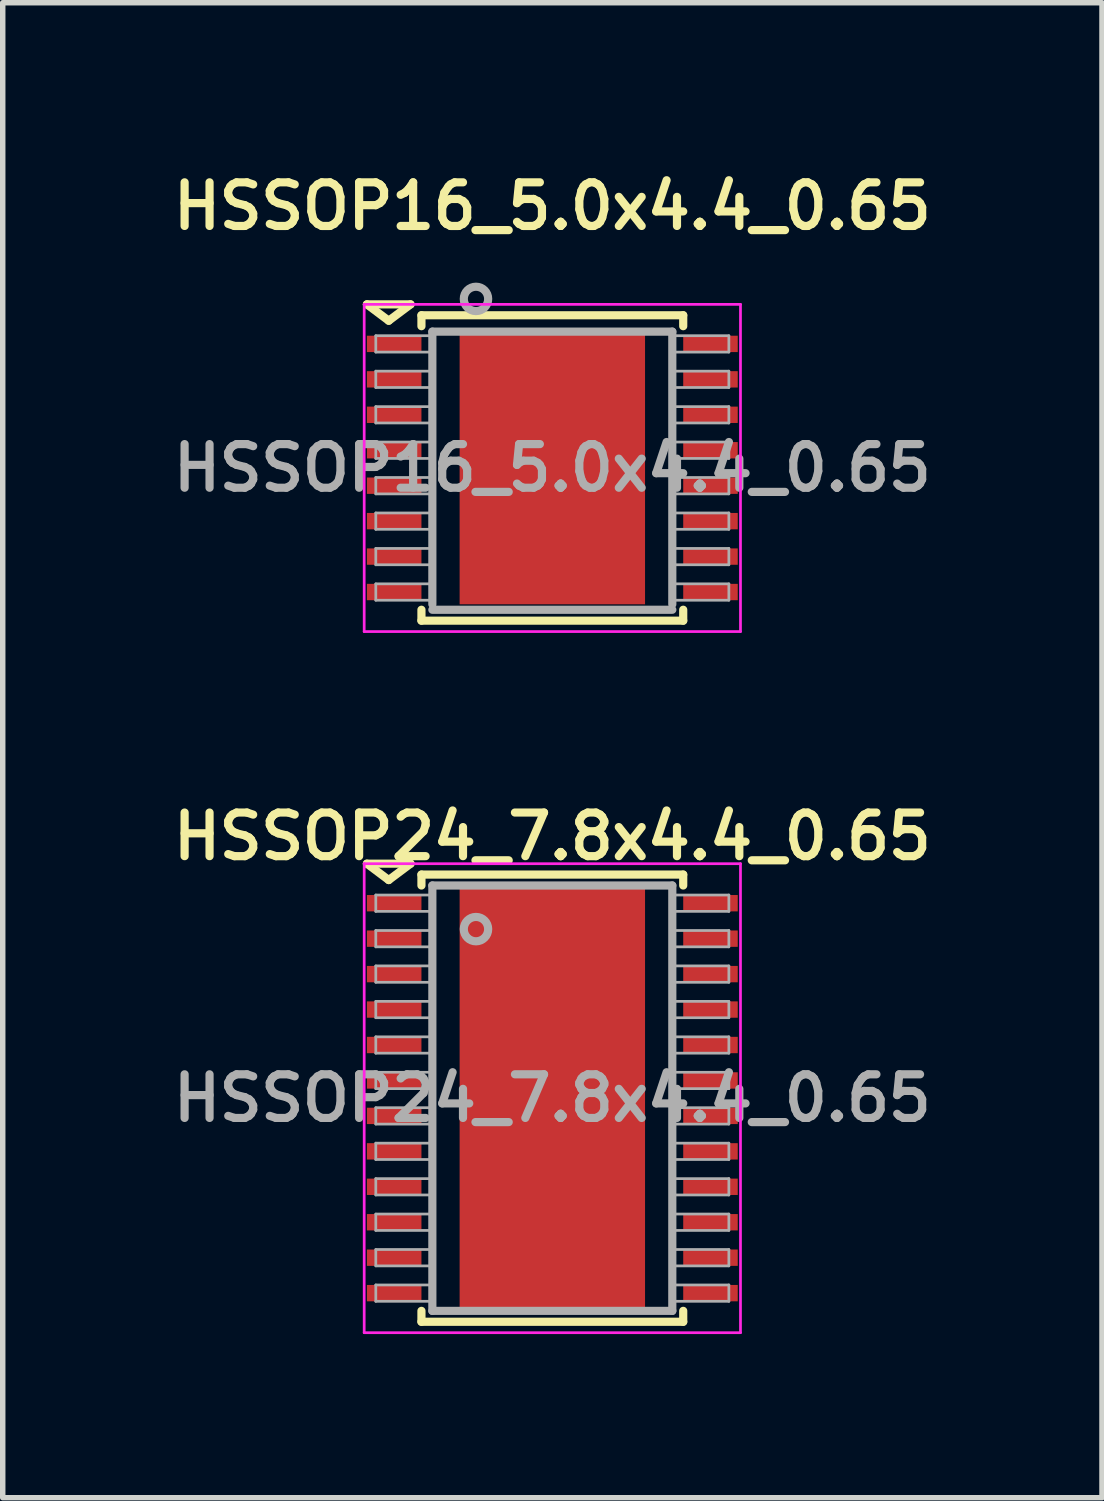
<source format=kicad_pcb>
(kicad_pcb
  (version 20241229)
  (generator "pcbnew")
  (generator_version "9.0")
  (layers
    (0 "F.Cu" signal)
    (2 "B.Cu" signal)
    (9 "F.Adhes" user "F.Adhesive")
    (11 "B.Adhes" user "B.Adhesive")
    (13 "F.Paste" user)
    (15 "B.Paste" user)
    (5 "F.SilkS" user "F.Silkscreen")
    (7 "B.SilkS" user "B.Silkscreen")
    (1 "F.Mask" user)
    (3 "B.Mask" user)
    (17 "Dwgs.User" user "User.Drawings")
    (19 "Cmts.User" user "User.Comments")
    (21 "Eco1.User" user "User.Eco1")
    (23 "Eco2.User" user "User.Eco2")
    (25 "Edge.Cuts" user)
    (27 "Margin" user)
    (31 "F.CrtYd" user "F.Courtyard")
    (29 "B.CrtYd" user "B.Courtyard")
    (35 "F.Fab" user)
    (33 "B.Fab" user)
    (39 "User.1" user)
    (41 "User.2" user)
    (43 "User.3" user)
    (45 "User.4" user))
  (footprint "HSSOP16_5.0x4.4_0.65"
    (layer "F.Cu")
    (at 7.078 5.531)
    (property "Reference" "HSSOP16_5.0x4.4_0.65" (at 0 -4.8 0) (layer "F.SilkS") (effects (font (size 0.8 0.8) (thickness 0.15))))
    (attr smd)
    (fp_poly (pts (xy 1.25 1.3) (xy -1.25 1.3) (xy -1.25 -1.3) (xy 1.25 -1.3)) (stroke (width 0.1) (type solid)) (fill yes) (layer "F.Mask"))
    (fp_line (start -3.4 -3) (end -3 -2.7) (stroke (width 0.15) (type solid)) (layer "F.SilkS"))
    (fp_line (start -3 -2.7) (end -2.6 -3) (stroke (width 0.15) (type solid)) (layer "F.SilkS"))
    (fp_line (start -2.6 -3) (end -3.4 -3) (stroke (width 0.15) (type solid)) (layer "F.SilkS"))
    (fp_line (start -2.4 -2.8) (end -2.4 -2.6) (stroke (width 0.15) (type solid)) (layer "F.SilkS"))
    (fp_line (start -2.4 -2.8) (end 2.4 -2.8) (stroke (width 0.15) (type solid)) (layer "F.SilkS"))
    (fp_line (start -2.4 2.6) (end -2.4 2.8) (stroke (width 0.15) (type solid)) (layer "F.SilkS"))
    (fp_line (start -2.4 2.8) (end 2.4 2.8) (stroke (width 0.15) (type solid)) (layer "F.SilkS"))
    (fp_line (start 2.4 -2.8) (end 2.4 -2.6) (stroke (width 0.15) (type solid)) (layer "F.SilkS"))
    (fp_line (start 2.4 2.6) (end 2.4 2.8) (stroke (width 0.15) (type solid)) (layer "F.SilkS"))
    (fp_poly (pts (xy 1.25 1.3) (xy -1.25 1.3) (xy -1.25 -1.3) (xy 1.25 -1.3)) (stroke (width 0.1) (type solid)) (fill yes) (layer "F.Paste"))
    (fp_line (start -3.45 -3) (end -3.45 3) (stroke (width 0.05) (type solid)) (layer "F.CrtYd"))
    (fp_line (start -3.45 -3) (end 3.45 -3) (stroke (width 0.05) (type solid)) (layer "F.CrtYd"))
    (fp_line (start -3.45 3) (end 3.45 3) (stroke (width 0.05) (type solid)) (layer "F.CrtYd"))
    (fp_line (start 3.45 -3) (end 3.45 3) (stroke (width 0.05) (type solid)) (layer "F.CrtYd"))
    (fp_line (start -3.237 -2.425) (end -3.237 -2.125) (stroke (width 0.05) (type solid)) (layer "F.Fab"))
    (fp_line (start -3.237 -2.125) (end -2.237 -2.125) (stroke (width 0.05) (type solid)) (layer "F.Fab"))
    (fp_line (start -3.237 -1.775) (end -3.237 -1.475) (stroke (width 0.05) (type solid)) (layer "F.Fab"))
    (fp_line (start -3.237 -1.475) (end -2.237 -1.475) (stroke (width 0.05) (type solid)) (layer "F.Fab"))
    (fp_line (start -3.237 -1.125) (end -3.237 -0.825) (stroke (width 0.05) (type solid)) (layer "F.Fab"))
    (fp_line (start -3.237 -0.825) (end -2.237 -0.825) (stroke (width 0.05) (type solid)) (layer "F.Fab"))
    (fp_line (start -3.237 -0.475) (end -3.237 -0.175) (stroke (width 0.05) (type solid)) (layer "F.Fab"))
    (fp_line (start -3.237 -0.175) (end -2.237 -0.175) (stroke (width 0.05) (type solid)) (layer "F.Fab"))
    (fp_line (start -3.237 0.175) (end -3.237 0.475) (stroke (width 0.05) (type solid)) (layer "F.Fab"))
    (fp_line (start -3.237 0.475) (end -2.237 0.475) (stroke (width 0.05) (type solid)) (layer "F.Fab"))
    (fp_line (start -3.237 0.825) (end -3.237 1.125) (stroke (width 0.05) (type solid)) (layer "F.Fab"))
    (fp_line (start -3.237 1.125) (end -2.237 1.125) (stroke (width 0.05) (type solid)) (layer "F.Fab"))
    (fp_line (start -3.237 1.475) (end -3.237 1.775) (stroke (width 0.05) (type solid)) (layer "F.Fab"))
    (fp_line (start -3.237 1.775) (end -2.237 1.775) (stroke (width 0.05) (type solid)) (layer "F.Fab"))
    (fp_line (start -3.237 2.125) (end -3.237 2.425) (stroke (width 0.05) (type solid)) (layer "F.Fab"))
    (fp_line (start -3.237 2.425) (end -2.237 2.425) (stroke (width 0.05) (type solid)) (layer "F.Fab"))
    (fp_line (start -2.237 -2.425) (end -3.237 -2.425) (stroke (width 0.05) (type solid)) (layer "F.Fab"))
    (fp_line (start -2.237 -1.775) (end -3.237 -1.775) (stroke (width 0.05) (type solid)) (layer "F.Fab"))
    (fp_line (start -2.237 -1.125) (end -3.237 -1.125) (stroke (width 0.05) (type solid)) (layer "F.Fab"))
    (fp_line (start -2.237 -0.475) (end -3.237 -0.475) (stroke (width 0.05) (type solid)) (layer "F.Fab"))
    (fp_line (start -2.237 0.175) (end -3.237 0.175) (stroke (width 0.05) (type solid)) (layer "F.Fab"))
    (fp_line (start -2.237 0.825) (end -3.237 0.825) (stroke (width 0.05) (type solid)) (layer "F.Fab"))
    (fp_line (start -2.237 1.475) (end -3.237 1.475) (stroke (width 0.05) (type solid)) (layer "F.Fab"))
    (fp_line (start -2.237 2.125) (end -3.237 2.125) (stroke (width 0.05) (type solid)) (layer "F.Fab"))
    (fp_line (start -2.2 -2.5) (end -2.2 2.5) (stroke (width 0.15) (type solid)) (layer "F.Fab"))
    (fp_line (start -2.2 2.6) (end 2.2 2.6) (stroke (width 0.15) (type solid)) (layer "F.Fab"))
    (fp_line (start 2.2 -2.5) (end -2.2 -2.5) (stroke (width 0.15) (type solid)) (layer "F.Fab"))
    (fp_line (start 2.2 2.5) (end 2.2 -2.5) (stroke (width 0.15) (type solid)) (layer "F.Fab"))
    (fp_line (start 2.237 -2.125) (end 3.237 -2.125) (stroke (width 0.05) (type solid)) (layer "F.Fab"))
    (fp_line (start 2.237 -1.475) (end 3.237 -1.475) (stroke (width 0.05) (type solid)) (layer "F.Fab"))
    (fp_line (start 2.237 -0.825) (end 3.237 -0.825) (stroke (width 0.05) (type solid)) (layer "F.Fab"))
    (fp_line (start 2.237 -0.175) (end 3.237 -0.175) (stroke (width 0.05) (type solid)) (layer "F.Fab"))
    (fp_line (start 2.237 0.475) (end 3.237 0.475) (stroke (width 0.05) (type solid)) (layer "F.Fab"))
    (fp_line (start 2.237 1.125) (end 3.237 1.125) (stroke (width 0.05) (type solid)) (layer "F.Fab"))
    (fp_line (start 2.237 1.775) (end 3.237 1.775) (stroke (width 0.05) (type solid)) (layer "F.Fab"))
    (fp_line (start 2.237 2.425) (end 3.237 2.425) (stroke (width 0.05) (type solid)) (layer "F.Fab"))
    (fp_line (start 3.237 -2.425) (end 2.237 -2.425) (stroke (width 0.05) (type solid)) (layer "F.Fab"))
    (fp_line (start 3.237 -2.125) (end 3.237 -2.425) (stroke (width 0.05) (type solid)) (layer "F.Fab"))
    (fp_line (start 3.237 -1.775) (end 2.237 -1.775) (stroke (width 0.05) (type solid)) (layer "F.Fab"))
    (fp_line (start 3.237 -1.475) (end 3.237 -1.775) (stroke (width 0.05) (type solid)) (layer "F.Fab"))
    (fp_line (start 3.237 -1.125) (end 2.237 -1.125) (stroke (width 0.05) (type solid)) (layer "F.Fab"))
    (fp_line (start 3.237 -0.825) (end 3.237 -1.125) (stroke (width 0.05) (type solid)) (layer "F.Fab"))
    (fp_line (start 3.237 -0.475) (end 2.237 -0.475) (stroke (width 0.05) (type solid)) (layer "F.Fab"))
    (fp_line (start 3.237 -0.175) (end 3.237 -0.475) (stroke (width 0.05) (type solid)) (layer "F.Fab"))
    (fp_line (start 3.237 0.175) (end 2.237 0.175) (stroke (width 0.05) (type solid)) (layer "F.Fab"))
    (fp_line (start 3.237 0.475) (end 3.237 0.175) (stroke (width 0.05) (type solid)) (layer "F.Fab"))
    (fp_line (start 3.237 0.825) (end 2.237 0.825) (stroke (width 0.05) (type solid)) (layer "F.Fab"))
    (fp_line (start 3.237 1.125) (end 3.237 0.825) (stroke (width 0.05) (type solid)) (layer "F.Fab"))
    (fp_line (start 3.237 1.475) (end 2.237 1.475) (stroke (width 0.05) (type solid)) (layer "F.Fab"))
    (fp_line (start 3.237 1.775) (end 3.237 1.475) (stroke (width 0.05) (type solid)) (layer "F.Fab"))
    (fp_line (start 3.237 2.125) (end 2.237 2.125) (stroke (width 0.05) (type solid)) (layer "F.Fab"))
    (fp_line (start 3.237 2.425) (end 3.237 2.125) (stroke (width 0.05) (type solid)) (layer "F.Fab"))
    (fp_circle (center -1.4 -3.1) (end -1.3 -2.9) (stroke (width 0.15) (type solid)) (fill no) (layer "F.Fab"))
    (fp_text user "${REFERENCE}" (at 0 0 0) (layer "F.Fab") (effects (font (size 0.8 0.8) (thickness 0.15))))
    (pad "1" smd rect (at -2.9 -2.275) (size 1 0.3) (layers "F.Cu" "F.Mask" "F.Paste"))
    (pad "2" smd rect (at -2.9 -1.625) (size 1 0.3) (layers "F.Cu" "F.Mask" "F.Paste"))
    (pad "3" smd rect (at -2.9 -0.975) (size 1 0.3) (layers "F.Cu" "F.Mask" "F.Paste"))
    (pad "4" smd rect (at -2.9 -0.325) (size 1 0.3) (layers "F.Cu" "F.Mask" "F.Paste"))
    (pad "5" smd rect (at -2.9 0.325) (size 1 0.3) (layers "F.Cu" "F.Mask" "F.Paste"))
    (pad "6" smd rect (at -2.9 0.975) (size 1 0.3) (layers "F.Cu" "F.Mask" "F.Paste"))
    (pad "7" smd rect (at -2.9 1.625) (size 1 0.3) (layers "F.Cu" "F.Mask" "F.Paste"))
    (pad "8" smd rect (at -2.9 2.275) (size 1 0.3) (layers "F.Cu" "F.Mask" "F.Paste"))
    (pad "9" smd rect (at 2.9 2.275) (size 1 0.3) (layers "F.Cu" "F.Mask" "F.Paste"))
    (pad "10" smd rect (at 2.9 1.625) (size 1 0.3) (layers "F.Cu" "F.Mask" "F.Paste"))
    (pad "11" smd rect (at 2.9 0.975) (size 1 0.3) (layers "F.Cu" "F.Mask" "F.Paste"))
    (pad "12" smd rect (at 2.9 0.325) (size 1 0.3) (layers "F.Cu" "F.Mask" "F.Paste"))
    (pad "13" smd rect (at 2.9 -0.325) (size 1 0.3) (layers "F.Cu" "F.Mask" "F.Paste"))
    (pad "14" smd rect (at 2.9 -0.975) (size 1 0.3) (layers "F.Cu" "F.Mask" "F.Paste"))
    (pad "15" smd rect (at 2.9 -1.625) (size 1 0.3) (layers "F.Cu" "F.Mask" "F.Paste"))
    (pad "16" smd rect (at 2.9 -2.275) (size 1 0.3) (layers "F.Cu" "F.Mask" "F.Paste"))
    (pad "17" smd rect (at 0 0) (size 3.4 5) (layers "F.Cu")))
  (footprint "HSSOP24_7.8x4.4_0.65"
    (layer "F.Cu")
    (at 7.078 17.087)
    (property "Reference" "HSSOP24_7.8x4.4_0.65" (at 0 -4.8 0) (layer "F.SilkS") (effects (font (size 0.8 0.8) (thickness 0.15))))
    (attr smd)
    (fp_line (start -3.4 -4.3) (end -3 -4) (stroke (width 0.15) (type solid)) (layer "F.SilkS"))
    (fp_line (start -3 -4) (end -2.6 -4.3) (stroke (width 0.15) (type solid)) (layer "F.SilkS"))
    (fp_line (start -2.6 -4.3) (end -3.4 -4.3) (stroke (width 0.15) (type solid)) (layer "F.SilkS"))
    (fp_line (start -2.4 -4.1) (end -2.4 -3.9) (stroke (width 0.15) (type solid)) (layer "F.SilkS"))
    (fp_line (start -2.4 -4.1) (end 2.4 -4.1) (stroke (width 0.15) (type solid)) (layer "F.SilkS"))
    (fp_line (start -2.4 3.9) (end -2.4 4.1) (stroke (width 0.15) (type solid)) (layer "F.SilkS"))
    (fp_line (start -2.4 4.1) (end 2.4 4.1) (stroke (width 0.15) (type solid)) (layer "F.SilkS"))
    (fp_line (start 2.4 -4.1) (end 2.4 -3.9) (stroke (width 0.15) (type solid)) (layer "F.SilkS"))
    (fp_line (start 2.4 3.9) (end 2.4 4.1) (stroke (width 0.15) (type solid)) (layer "F.SilkS"))
    (fp_line (start -3.45 -4.3) (end -3.45 4.3) (stroke (width 0.05) (type solid)) (layer "F.CrtYd"))
    (fp_line (start -3.45 -4.3) (end 3.45 -4.3) (stroke (width 0.05) (type solid)) (layer "F.CrtYd"))
    (fp_line (start -3.45 4.3) (end 3.45 4.3) (stroke (width 0.05) (type solid)) (layer "F.CrtYd"))
    (fp_line (start 3.45 -4.3) (end 3.45 4.3) (stroke (width 0.05) (type solid)) (layer "F.CrtYd"))
    (fp_line (start -3.237 -3.725) (end -3.237 -3.425) (stroke (width 0.05) (type solid)) (layer "F.Fab"))
    (fp_line (start -3.237 -3.425) (end -2.237 -3.425) (stroke (width 0.05) (type solid)) (layer "F.Fab"))
    (fp_line (start -3.237 -3.075) (end -3.237 -2.775) (stroke (width 0.05) (type solid)) (layer "F.Fab"))
    (fp_line (start -3.237 -2.775) (end -2.237 -2.775) (stroke (width 0.05) (type solid)) (layer "F.Fab"))
    (fp_line (start -3.237 -2.425) (end -3.237 -2.125) (stroke (width 0.05) (type solid)) (layer "F.Fab"))
    (fp_line (start -3.237 -2.125) (end -2.237 -2.125) (stroke (width 0.05) (type solid)) (layer "F.Fab"))
    (fp_line (start -3.237 -1.775) (end -3.237 -1.475) (stroke (width 0.05) (type solid)) (layer "F.Fab"))
    (fp_line (start -3.237 -1.475) (end -2.237 -1.475) (stroke (width 0.05) (type solid)) (layer "F.Fab"))
    (fp_line (start -3.237 -1.125) (end -3.237 -0.825) (stroke (width 0.05) (type solid)) (layer "F.Fab"))
    (fp_line (start -3.237 -0.825) (end -2.237 -0.825) (stroke (width 0.05) (type solid)) (layer "F.Fab"))
    (fp_line (start -3.237 -0.475) (end -3.237 -0.175) (stroke (width 0.05) (type solid)) (layer "F.Fab"))
    (fp_line (start -3.237 -0.175) (end -2.237 -0.175) (stroke (width 0.05) (type solid)) (layer "F.Fab"))
    (fp_line (start -3.237 0.175) (end -3.237 0.475) (stroke (width 0.05) (type solid)) (layer "F.Fab"))
    (fp_line (start -3.237 0.475) (end -2.237 0.475) (stroke (width 0.05) (type solid)) (layer "F.Fab"))
    (fp_line (start -3.237 0.825) (end -3.237 1.125) (stroke (width 0.05) (type solid)) (layer "F.Fab"))
    (fp_line (start -3.237 1.125) (end -2.237 1.125) (stroke (width 0.05) (type solid)) (layer "F.Fab"))
    (fp_line (start -3.237 1.475) (end -3.237 1.775) (stroke (width 0.05) (type solid)) (layer "F.Fab"))
    (fp_line (start -3.237 1.775) (end -2.237 1.775) (stroke (width 0.05) (type solid)) (layer "F.Fab"))
    (fp_line (start -3.237 2.125) (end -3.237 2.425) (stroke (width 0.05) (type solid)) (layer "F.Fab"))
    (fp_line (start -3.237 2.425) (end -2.237 2.425) (stroke (width 0.05) (type solid)) (layer "F.Fab"))
    (fp_line (start -3.237 2.775) (end -3.237 3.075) (stroke (width 0.05) (type solid)) (layer "F.Fab"))
    (fp_line (start -3.237 3.075) (end -2.237 3.075) (stroke (width 0.05) (type solid)) (layer "F.Fab"))
    (fp_line (start -3.237 3.425) (end -3.237 3.725) (stroke (width 0.05) (type solid)) (layer "F.Fab"))
    (fp_line (start -3.237 3.725) (end -2.237 3.725) (stroke (width 0.05) (type solid)) (layer "F.Fab"))
    (fp_line (start -2.237 -3.725) (end -3.237 -3.725) (stroke (width 0.05) (type solid)) (layer "F.Fab"))
    (fp_line (start -2.237 -3.075) (end -3.237 -3.075) (stroke (width 0.05) (type solid)) (layer "F.Fab"))
    (fp_line (start -2.237 -2.425) (end -3.237 -2.425) (stroke (width 0.05) (type solid)) (layer "F.Fab"))
    (fp_line (start -2.237 -1.775) (end -3.237 -1.775) (stroke (width 0.05) (type solid)) (layer "F.Fab"))
    (fp_line (start -2.237 -1.125) (end -3.237 -1.125) (stroke (width 0.05) (type solid)) (layer "F.Fab"))
    (fp_line (start -2.237 -0.475) (end -3.237 -0.475) (stroke (width 0.05) (type solid)) (layer "F.Fab"))
    (fp_line (start -2.237 0.175) (end -3.237 0.175) (stroke (width 0.05) (type solid)) (layer "F.Fab"))
    (fp_line (start -2.237 0.825) (end -3.237 0.825) (stroke (width 0.05) (type solid)) (layer "F.Fab"))
    (fp_line (start -2.237 1.475) (end -3.237 1.475) (stroke (width 0.05) (type solid)) (layer "F.Fab"))
    (fp_line (start -2.237 2.125) (end -3.237 2.125) (stroke (width 0.05) (type solid)) (layer "F.Fab"))
    (fp_line (start -2.237 2.775) (end -3.237 2.775) (stroke (width 0.05) (type solid)) (layer "F.Fab"))
    (fp_line (start -2.237 3.425) (end -3.237 3.425) (stroke (width 0.05) (type solid)) (layer "F.Fab"))
    (fp_line (start -2.2 -3.9) (end -2.2 3.9) (stroke (width 0.15) (type solid)) (layer "F.Fab"))
    (fp_line (start -2.2 3.9) (end 2.2 3.9) (stroke (width 0.15) (type solid)) (layer "F.Fab"))
    (fp_line (start 2.2 -3.9) (end -2.2 -3.9) (stroke (width 0.15) (type solid)) (layer "F.Fab"))
    (fp_line (start 2.2 3.9) (end 2.2 -3.9) (stroke (width 0.15) (type solid)) (layer "F.Fab"))
    (fp_line (start 2.237 -3.425) (end 3.237 -3.425) (stroke (width 0.05) (type solid)) (layer "F.Fab"))
    (fp_line (start 2.237 -2.775) (end 3.237 -2.775) (stroke (width 0.05) (type solid)) (layer "F.Fab"))
    (fp_line (start 2.237 -2.125) (end 3.237 -2.125) (stroke (width 0.05) (type solid)) (layer "F.Fab"))
    (fp_line (start 2.237 -1.475) (end 3.237 -1.475) (stroke (width 0.05) (type solid)) (layer "F.Fab"))
    (fp_line (start 2.237 -0.825) (end 3.237 -0.825) (stroke (width 0.05) (type solid)) (layer "F.Fab"))
    (fp_line (start 2.237 -0.175) (end 3.237 -0.175) (stroke (width 0.05) (type solid)) (layer "F.Fab"))
    (fp_line (start 2.237 0.475) (end 3.237 0.475) (stroke (width 0.05) (type solid)) (layer "F.Fab"))
    (fp_line (start 2.237 1.125) (end 3.237 1.125) (stroke (width 0.05) (type solid)) (layer "F.Fab"))
    (fp_line (start 2.237 1.775) (end 3.237 1.775) (stroke (width 0.05) (type solid)) (layer "F.Fab"))
    (fp_line (start 2.237 2.425) (end 3.237 2.425) (stroke (width 0.05) (type solid)) (layer "F.Fab"))
    (fp_line (start 2.237 3.075) (end 3.237 3.075) (stroke (width 0.05) (type solid)) (layer "F.Fab"))
    (fp_line (start 2.237 3.725) (end 3.237 3.725) (stroke (width 0.05) (type solid)) (layer "F.Fab"))
    (fp_line (start 3.237 -3.725) (end 2.237 -3.725) (stroke (width 0.05) (type solid)) (layer "F.Fab"))
    (fp_line (start 3.237 -3.425) (end 3.237 -3.725) (stroke (width 0.05) (type solid)) (layer "F.Fab"))
    (fp_line (start 3.237 -3.075) (end 2.237 -3.075) (stroke (width 0.05) (type solid)) (layer "F.Fab"))
    (fp_line (start 3.237 -2.775) (end 3.237 -3.075) (stroke (width 0.05) (type solid)) (layer "F.Fab"))
    (fp_line (start 3.237 -2.425) (end 2.237 -2.425) (stroke (width 0.05) (type solid)) (layer "F.Fab"))
    (fp_line (start 3.237 -2.125) (end 3.237 -2.425) (stroke (width 0.05) (type solid)) (layer "F.Fab"))
    (fp_line (start 3.237 -1.775) (end 2.237 -1.775) (stroke (width 0.05) (type solid)) (layer "F.Fab"))
    (fp_line (start 3.237 -1.475) (end 3.237 -1.775) (stroke (width 0.05) (type solid)) (layer "F.Fab"))
    (fp_line (start 3.237 -1.125) (end 2.237 -1.125) (stroke (width 0.05) (type solid)) (layer "F.Fab"))
    (fp_line (start 3.237 -0.825) (end 3.237 -1.125) (stroke (width 0.05) (type solid)) (layer "F.Fab"))
    (fp_line (start 3.237 -0.475) (end 2.237 -0.475) (stroke (width 0.05) (type solid)) (layer "F.Fab"))
    (fp_line (start 3.237 -0.175) (end 3.237 -0.475) (stroke (width 0.05) (type solid)) (layer "F.Fab"))
    (fp_line (start 3.237 0.175) (end 2.237 0.175) (stroke (width 0.05) (type solid)) (layer "F.Fab"))
    (fp_line (start 3.237 0.475) (end 3.237 0.175) (stroke (width 0.05) (type solid)) (layer "F.Fab"))
    (fp_line (start 3.237 0.825) (end 2.237 0.825) (stroke (width 0.05) (type solid)) (layer "F.Fab"))
    (fp_line (start 3.237 1.125) (end 3.237 0.825) (stroke (width 0.05) (type solid)) (layer "F.Fab"))
    (fp_line (start 3.237 1.475) (end 2.237 1.475) (stroke (width 0.05) (type solid)) (layer "F.Fab"))
    (fp_line (start 3.237 1.775) (end 3.237 1.475) (stroke (width 0.05) (type solid)) (layer "F.Fab"))
    (fp_line (start 3.237 2.125) (end 2.237 2.125) (stroke (width 0.05) (type solid)) (layer "F.Fab"))
    (fp_line (start 3.237 2.425) (end 3.237 2.125) (stroke (width 0.05) (type solid)) (layer "F.Fab"))
    (fp_line (start 3.237 2.775) (end 2.237 2.775) (stroke (width 0.05) (type solid)) (layer "F.Fab"))
    (fp_line (start 3.237 3.075) (end 3.237 2.775) (stroke (width 0.05) (type solid)) (layer "F.Fab"))
    (fp_line (start 3.237 3.425) (end 2.237 3.425) (stroke (width 0.05) (type solid)) (layer "F.Fab"))
    (fp_line (start 3.237 3.725) (end 3.237 3.425) (stroke (width 0.05) (type solid)) (layer "F.Fab"))
    (fp_circle (center -1.4 -3.1) (end -1.3 -2.9) (stroke (width 0.15) (type solid)) (fill no) (layer "F.Fab"))
    (fp_text user "${REFERENCE}" (at 0 0 0) (layer "F.Fab") (effects (font (size 0.8 0.8) (thickness 0.15))))
    (pad "" smd rect (at -0.65 -1.3) (size 1 1) (layers "F.Cu" "F.Paste"))
    (pad "" smd rect (at -0.65 0) (size 1 1) (layers "F.Cu" "F.Paste"))
    (pad "" smd rect (at -0.65 1.3) (size 1 1) (layers "F.Cu" "F.Paste"))
    (pad "" smd rect (at 0.65 -1.3) (size 1 1) (layers "F.Cu" "F.Paste"))
    (pad "" smd rect (at 0.65 0) (size 1 1) (layers "F.Cu" "F.Paste"))
    (pad "" smd rect (at 0.65 1.3) (size 1 1) (layers "F.Cu" "F.Paste"))
    (pad "1" smd rect (at -2.9 -3.575) (size 1 0.3) (layers "F.Cu" "F.Mask" "F.Paste"))
    (pad "2" smd rect (at -2.9 -2.925) (size 1 0.3) (layers "F.Cu" "F.Mask" "F.Paste"))
    (pad "3" smd rect (at -2.9 -2.275) (size 1 0.3) (layers "F.Cu" "F.Mask" "F.Paste"))
    (pad "4" smd rect (at -2.9 -1.625) (size 1 0.3) (layers "F.Cu" "F.Mask" "F.Paste"))
    (pad "5" smd rect (at -2.9 -0.975) (size 1 0.3) (layers "F.Cu" "F.Mask" "F.Paste"))
    (pad "6" smd rect (at -2.9 -0.325) (size 1 0.3) (layers "F.Cu" "F.Mask" "F.Paste"))
    (pad "7" smd rect (at -2.9 0.325) (size 1 0.3) (layers "F.Cu" "F.Mask" "F.Paste"))
    (pad "8" smd rect (at -2.9 0.975) (size 1 0.3) (layers "F.Cu" "F.Mask" "F.Paste"))
    (pad "9" smd rect (at -2.9 1.625) (size 1 0.3) (layers "F.Cu" "F.Mask" "F.Paste"))
    (pad "10" smd rect (at -2.9 2.275) (size 1 0.3) (layers "F.Cu" "F.Mask" "F.Paste"))
    (pad "11" smd rect (at -2.9 2.925) (size 1 0.3) (layers "F.Cu" "F.Mask" "F.Paste"))
    (pad "12" smd rect (at -2.9 3.575) (size 1 0.3) (layers "F.Cu" "F.Mask" "F.Paste"))
    (pad "13" smd rect (at 2.9 3.575) (size 1 0.3) (layers "F.Cu" "F.Mask" "F.Paste"))
    (pad "14" smd rect (at 2.9 2.925) (size 1 0.3) (layers "F.Cu" "F.Mask" "F.Paste"))
    (pad "15" smd rect (at 2.9 2.275) (size 1 0.3) (layers "F.Cu" "F.Mask" "F.Paste"))
    (pad "16" smd rect (at 2.9 1.625) (size 1 0.3) (layers "F.Cu" "F.Mask" "F.Paste"))
    (pad "17" smd rect (at 2.9 0.975) (size 1 0.3) (layers "F.Cu" "F.Mask" "F.Paste"))
    (pad "18" smd rect (at 2.9 0.325) (size 1 0.3) (layers "F.Cu" "F.Mask" "F.Paste"))
    (pad "19" smd rect (at 2.9 -0.325) (size 1 0.3) (layers "F.Cu" "F.Mask" "F.Paste"))
    (pad "20" smd rect (at 2.9 -0.975) (size 1 0.3) (layers "F.Cu" "F.Mask" "F.Paste"))
    (pad "21" smd rect (at 2.9 -1.625) (size 1 0.3) (layers "F.Cu" "F.Mask" "F.Paste"))
    (pad "22" smd rect (at 2.9 -2.275) (size 1 0.3) (layers "F.Cu" "F.Mask" "F.Paste"))
    (pad "23" smd rect (at 2.9 -2.925) (size 1 0.3) (layers "F.Cu" "F.Mask" "F.Paste"))
    (pad "24" smd rect (at 2.9 -3.575) (size 1 0.3) (layers "F.Cu" "F.Mask" "F.Paste"))
    (pad "25" smd rect (at 0 0) (size 3.2 5.3) (layers "F.Cu" "F.Mask"))
    (pad "25" smd rect (at 0 0) (size 3.4 7.8) (layers "F.Cu")))
  (gr_rect
    (start -3 -3)
    (end 17.157 24.413)
    (stroke (width 0.1) (type default))
    (fill no)
    (layer "Edge.Cuts")))
</source>
